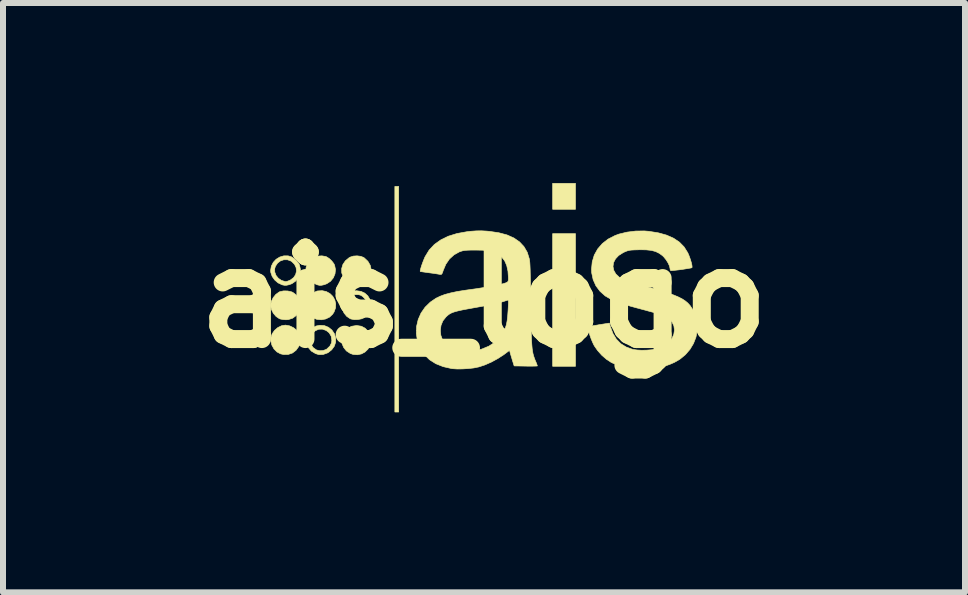
<source format=kicad_pcb>
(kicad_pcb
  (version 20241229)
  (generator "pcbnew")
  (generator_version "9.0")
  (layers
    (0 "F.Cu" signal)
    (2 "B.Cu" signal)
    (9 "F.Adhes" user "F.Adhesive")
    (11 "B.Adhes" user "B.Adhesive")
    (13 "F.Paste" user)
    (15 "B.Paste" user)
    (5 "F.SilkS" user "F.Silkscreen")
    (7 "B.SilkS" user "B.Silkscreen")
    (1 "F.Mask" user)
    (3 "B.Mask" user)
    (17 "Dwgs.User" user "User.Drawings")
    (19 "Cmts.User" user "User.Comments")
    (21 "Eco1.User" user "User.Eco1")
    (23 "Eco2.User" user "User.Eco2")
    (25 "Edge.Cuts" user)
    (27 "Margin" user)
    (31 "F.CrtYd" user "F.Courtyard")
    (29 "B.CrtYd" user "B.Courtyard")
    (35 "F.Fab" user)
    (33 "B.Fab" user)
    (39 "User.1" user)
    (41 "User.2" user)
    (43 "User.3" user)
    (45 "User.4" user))
  (footprint "ais_logo"
    (layer "F.Cu")
    (at 5.015 1.91)
    (property "Reference" "ais_logo" (at 0 0 0) (layer "F.SilkS") (effects (font (size 1.524 1.524) (thickness 0.3))))
    (attr through_hole)
    (fp_poly (pts (xy -1.422 1.905) (xy -1.486 1.905) (xy -1.486 -1.854) (xy -1.422 -1.854) (xy -1.422 1.905)) (stroke (width 0.01) (type solid)) (fill yes) (layer "F.SilkS"))
    (fp_poly (pts (xy 1.524 -1.473) (xy 1.143 -1.473) (xy 1.143 -1.905) (xy 1.524 -1.905) (xy 1.524 -1.473)) (stroke (width 0.01) (type solid)) (fill yes) (layer "F.SilkS"))
    (fp_poly (pts (xy 1.524 1.143) (xy 1.143 1.143) (xy 1.143 -1.067) (xy 1.524 -1.067) (xy 1.524 1.143)) (stroke (width 0.01) (type solid)) (fill yes) (layer "F.SilkS"))
    (fp_poly (pts (xy -2.043 0.476) (xy -1.978 0.511) (xy -1.926 0.567) (xy -1.908 0.597) (xy -1.884 0.668) (xy -1.883 0.738) (xy -1.901 0.802) (xy -1.935 0.859) (xy -1.983 0.905) (xy -2.042 0.937) (xy -2.109 0.951) (xy -2.18 0.946) (xy -2.229 0.929) (xy -2.293 0.887) (xy -2.338 0.831) (xy -2.366 0.765) (xy -2.373 0.695) (xy -2.358 0.624) (xy -2.329 0.568) (xy -2.275 0.511) (xy -2.208 0.477) (xy -2.128 0.464) (xy -2.118 0.464) (xy -2.043 0.476)) (stroke (width 0.01) (type solid)) (fill yes) (layer "F.SilkS"))
    (fp_poly (pts (xy -3.241 0.469) (xy -3.176 0.499) (xy -3.12 0.544) (xy -3.081 0.599) (xy -3.074 0.614) (xy -3.062 0.674) (xy -3.065 0.742) (xy -3.082 0.803) (xy -3.086 0.812) (xy -3.132 0.876) (xy -3.192 0.922) (xy -3.263 0.946) (xy -3.34 0.947) (xy -3.39 0.936) (xy -3.45 0.904) (xy -3.5 0.854) (xy -3.535 0.791) (xy -3.552 0.722) (xy -3.552 0.668) (xy -3.531 0.603) (xy -3.491 0.545) (xy -3.436 0.498) (xy -3.372 0.467) (xy -3.309 0.457) (xy -3.241 0.469)) (stroke (width 0.01) (type solid)) (fill yes) (layer "F.SilkS"))
    (fp_poly (pts (xy -2.628 -0.102) (xy -2.568 -0.069) (xy -2.52 -0.022) (xy -2.487 0.036) (xy -2.471 0.101) (xy -2.474 0.17) (xy -2.499 0.239) (xy -2.523 0.276) (xy -2.574 0.324) (xy -2.639 0.355) (xy -2.71 0.368) (xy -2.783 0.362) (xy -2.835 0.342) (xy -2.894 0.297) (xy -2.935 0.237) (xy -2.957 0.164) (xy -2.957 0.081) (xy -2.954 0.057) (xy -2.933 0.007) (xy -2.894 -0.041) (xy -2.844 -0.082) (xy -2.789 -0.108) (xy -2.775 -0.112) (xy -2.697 -0.117) (xy -2.628 -0.102)) (stroke (width 0.01) (type solid)) (fill yes) (layer "F.SilkS"))
    (fp_poly (pts (xy -2.054 -0.689) (xy -2.005 -0.67) (xy -1.998 -0.665) (xy -1.935 -0.606) (xy -1.896 -0.539) (xy -1.882 -0.478) (xy -1.887 -0.399) (xy -1.914 -0.329) (xy -1.961 -0.271) (xy -2.026 -0.23) (xy -2.064 -0.217) (xy -2.108 -0.207) (xy -2.141 -0.205) (xy -2.177 -0.213) (xy -2.203 -0.222) (xy -2.267 -0.253) (xy -2.314 -0.295) (xy -2.346 -0.343) (xy -2.371 -0.414) (xy -2.372 -0.486) (xy -2.351 -0.555) (xy -2.309 -0.616) (xy -2.248 -0.666) (xy -2.23 -0.676) (xy -2.177 -0.693) (xy -2.115 -0.697) (xy -2.054 -0.689)) (stroke (width 0.01) (type solid)) (fill yes) (layer "F.SilkS"))
    (fp_poly (pts (xy -3.273 -0.112) (xy -3.209 -0.098) (xy -3.187 -0.089) (xy -3.13 -0.046) (xy -3.09 0.011) (xy -3.067 0.079) (xy -3.063 0.152) (xy -3.081 0.223) (xy -3.086 0.236) (xy -3.13 0.298) (xy -3.189 0.342) (xy -3.261 0.365) (xy -3.301 0.368) (xy -3.349 0.364) (xy -3.392 0.356) (xy -3.41 0.35) (xy -3.465 0.313) (xy -3.511 0.259) (xy -3.543 0.195) (xy -3.556 0.13) (xy -3.556 0.124) (xy -3.544 0.062) (xy -3.513 -0.000382) (xy -3.469 -0.055) (xy -3.416 -0.093) (xy -3.4 -0.101) (xy -3.34 -0.113) (xy -3.273 -0.112)) (stroke (width 0.01) (type solid)) (fill yes) (layer "F.SilkS"))
    (fp_poly (pts (xy -2.637 -0.686) (xy -2.625 -0.681) (xy -2.58 -0.653) (xy -2.536 -0.611) (xy -2.502 -0.566) (xy -2.49 -0.542) (xy -2.475 -0.469) (xy -2.483 -0.397) (xy -2.511 -0.331) (xy -2.557 -0.274) (xy -2.619 -0.233) (xy -2.661 -0.217) (xy -2.705 -0.207) (xy -2.738 -0.205) (xy -2.773 -0.213) (xy -2.795 -0.221) (xy -2.866 -0.257) (xy -2.919 -0.308) (xy -2.954 -0.368) (xy -2.97 -0.433) (xy -2.966 -0.5) (xy -2.944 -0.564) (xy -2.901 -0.622) (xy -2.839 -0.669) (xy -2.829 -0.674) (xy -2.769 -0.693) (xy -2.701 -0.697) (xy -2.637 -0.686)) (stroke (width 0.01) (type solid)) (fill yes) (layer "F.SilkS"))
    (fp_poly (pts (xy -2.661 0.465) (xy -2.592 0.493) (xy -2.535 0.539) (xy -2.493 0.601) (xy -2.471 0.671) (xy -2.472 0.741) (xy -2.495 0.809) (xy -2.538 0.868) (xy -2.597 0.915) (xy -2.609 0.921) (xy -2.682 0.947) (xy -2.751 0.949) (xy -2.807 0.932) (xy -2.877 0.89) (xy -2.925 0.834) (xy -2.953 0.764) (xy -2.959 0.704) (xy -2.957 0.686) (xy -2.895 0.686) (xy -2.893 0.714) (xy -2.88 0.78) (xy -2.85 0.829) (xy -2.8 0.866) (xy -2.788 0.872) (xy -2.736 0.884) (xy -2.679 0.88) (xy -2.628 0.861) (xy -2.618 0.854) (xy -2.568 0.806) (xy -2.541 0.752) (xy -2.536 0.708) (xy -2.547 0.641) (xy -2.581 0.585) (xy -2.629 0.547) (xy -2.693 0.524) (xy -2.755 0.526) (xy -2.813 0.552) (xy -2.864 0.599) (xy -2.884 0.626) (xy -2.893 0.652) (xy -2.895 0.686) (xy -2.957 0.686) (xy -2.948 0.625) (xy -2.916 0.558) (xy -2.865 0.506) (xy -2.799 0.472) (xy -2.737 0.46) (xy -2.661 0.465)) (stroke (width 0.01) (type solid)) (fill yes) (layer "F.SilkS"))
    (fp_poly (pts (xy -3.21 -0.681) (xy -3.165 -0.653) (xy -3.12 -0.611) (xy -3.086 -0.566) (xy -3.074 -0.542) (xy -3.059 -0.47) (xy -3.067 -0.398) (xy -3.095 -0.331) (xy -3.141 -0.275) (xy -3.202 -0.233) (xy -3.245 -0.217) (xy -3.289 -0.207) (xy -3.323 -0.206) (xy -3.359 -0.213) (xy -3.368 -0.216) (xy -3.433 -0.247) (xy -3.488 -0.295) (xy -3.53 -0.354) (xy -3.553 -0.42) (xy -3.556 -0.454) (xy -3.551 -0.485) (xy -3.488 -0.485) (xy -3.487 -0.427) (xy -3.466 -0.371) (xy -3.427 -0.323) (xy -3.376 -0.288) (xy -3.315 -0.269) (xy -3.302 -0.268) (xy -3.279 -0.273) (xy -3.245 -0.286) (xy -3.225 -0.295) (xy -3.173 -0.334) (xy -3.139 -0.385) (xy -3.125 -0.442) (xy -3.131 -0.5) (xy -3.157 -0.555) (xy -3.203 -0.601) (xy -3.216 -0.61) (xy -3.275 -0.632) (xy -3.335 -0.632) (xy -3.392 -0.613) (xy -3.44 -0.576) (xy -3.475 -0.524) (xy -3.488 -0.485) (xy -3.551 -0.485) (xy -3.544 -0.525) (xy -3.512 -0.588) (xy -3.464 -0.64) (xy -3.404 -0.677) (xy -3.336 -0.697) (xy -3.265 -0.697) (xy -3.21 -0.681)) (stroke (width 0.01) (type solid)) (fill yes) (layer "F.SilkS"))
    (fp_poly (pts (xy -2.05 -0.105) (xy -1.987 -0.076) (xy -1.937 -0.031) (xy -1.903 0.025) (xy -1.884 0.087) (xy -1.882 0.153) (xy -1.898 0.218) (xy -1.934 0.279) (xy -1.99 0.33) (xy -1.991 0.331) (xy -2.039 0.352) (xy -2.1 0.364) (xy -2.163 0.366) (xy -2.218 0.355) (xy -2.229 0.351) (xy -2.288 0.311) (xy -2.333 0.255) (xy -2.363 0.189) (xy -2.374 0.119) (xy -2.371 0.1) (xy -2.306 0.1) (xy -2.305 0.161) (xy -2.283 0.218) (xy -2.239 0.267) (xy -2.219 0.281) (xy -2.169 0.299) (xy -2.112 0.303) (xy -2.056 0.291) (xy -2.012 0.266) (xy -2.012 0.266) (xy -1.966 0.209) (xy -1.945 0.149) (xy -1.948 0.088) (xy -1.976 0.029) (xy -2.02 -0.018) (xy -2.051 -0.039) (xy -2.085 -0.049) (xy -2.128 -0.051) (xy -2.173 -0.048) (xy -2.205 -0.038) (xy -2.235 -0.016) (xy -2.24 -0.012) (xy -2.284 0.041) (xy -2.306 0.1) (xy -2.371 0.1) (xy -2.363 0.05) (xy -2.358 0.035) (xy -2.317 -0.031) (xy -2.259 -0.079) (xy -2.188 -0.109) (xy -2.125 -0.116) (xy -2.05 -0.105)) (stroke (width 0.01) (type solid)) (fill yes) (layer "F.SilkS"))
    (fp_poly (pts (xy 2.743 -1.106) (xy 2.902 -1.081) (xy 3.04 -1.043) (xy 3.158 -0.991) (xy 3.256 -0.925) (xy 3.334 -0.845) (xy 3.393 -0.751) (xy 3.397 -0.744) (xy 3.419 -0.692) (xy 3.438 -0.638) (xy 3.454 -0.585) (xy 3.464 -0.541) (xy 3.467 -0.51) (xy 3.464 -0.5) (xy 3.448 -0.495) (xy 3.414 -0.489) (xy 3.365 -0.481) (xy 3.309 -0.472) (xy 3.25 -0.464) (xy 3.195 -0.458) (xy 3.149 -0.453) (xy 3.119 -0.451) (xy 3.109 -0.452) (xy 3.101 -0.469) (xy 3.099 -0.487) (xy 3.09 -0.528) (xy 3.067 -0.578) (xy 3.034 -0.631) (xy 2.996 -0.678) (xy 2.975 -0.699) (xy 2.92 -0.739) (xy 2.859 -0.769) (xy 2.787 -0.788) (xy 2.701 -0.797) (xy 2.595 -0.799) (xy 2.573 -0.798) (xy 2.504 -0.796) (xy 2.453 -0.793) (xy 2.415 -0.788) (xy 2.384 -0.779) (xy 2.353 -0.767) (xy 2.319 -0.751) (xy 2.243 -0.703) (xy 2.19 -0.646) (xy 2.158 -0.584) (xy 2.149 -0.519) (xy 2.162 -0.455) (xy 2.196 -0.395) (xy 2.252 -0.342) (xy 2.329 -0.299) (xy 2.346 -0.292) (xy 2.376 -0.282) (xy 2.426 -0.267) (xy 2.491 -0.247) (xy 2.568 -0.225) (xy 2.652 -0.202) (xy 2.691 -0.191) (xy 2.842 -0.148) (xy 2.97 -0.11) (xy 3.077 -0.075) (xy 3.167 -0.042) (xy 3.242 -0.01) (xy 3.303 0.021) (xy 3.353 0.054) (xy 3.394 0.088) (xy 3.429 0.126) (xy 3.434 0.132) (xy 3.497 0.227) (xy 3.537 0.331) (xy 3.555 0.439) (xy 3.553 0.549) (xy 3.531 0.659) (xy 3.49 0.764) (xy 3.431 0.862) (xy 3.354 0.951) (xy 3.261 1.027) (xy 3.172 1.078) (xy 3.108 1.106) (xy 3.035 1.133) (xy 2.967 1.153) (xy 2.959 1.155) (xy 2.869 1.172) (xy 2.764 1.183) (xy 2.653 1.188) (xy 2.549 1.186) (xy 2.477 1.18) (xy 2.362 1.16) (xy 2.251 1.131) (xy 2.152 1.094) (xy 2.115 1.076) (xy 2.039 1.026) (xy 1.963 0.96) (xy 1.894 0.883) (xy 1.838 0.803) (xy 1.826 0.78) (xy 1.805 0.735) (xy 1.783 0.681) (xy 1.763 0.625) (xy 1.747 0.572) (xy 1.735 0.528) (xy 1.73 0.497) (xy 1.732 0.486) (xy 1.747 0.481) (xy 1.782 0.474) (xy 1.832 0.465) (xy 1.894 0.455) (xy 1.914 0.451) (xy 2.089 0.424) (xy 2.105 0.482) (xy 2.148 0.597) (xy 2.205 0.691) (xy 2.278 0.766) (xy 2.368 0.822) (xy 2.474 0.86) (xy 2.491 0.864) (xy 2.552 0.872) (xy 2.627 0.876) (xy 2.71 0.874) (xy 2.791 0.868) (xy 2.864 0.858) (xy 2.922 0.845) (xy 2.931 0.841) (xy 3.014 0.799) (xy 3.081 0.744) (xy 3.131 0.68) (xy 3.162 0.611) (xy 3.173 0.54) (xy 3.163 0.469) (xy 3.131 0.402) (xy 3.111 0.376) (xy 3.086 0.352) (xy 3.052 0.33) (xy 3.007 0.308) (xy 2.948 0.285) (xy 2.872 0.26) (xy 2.776 0.233) (xy 2.67 0.204) (xy 2.543 0.17) (xy 2.437 0.141) (xy 2.349 0.114) (xy 2.275 0.091) (xy 2.213 0.068) (xy 2.157 0.046) (xy 2.125 0.032) (xy 2.019 -0.029) (xy 1.932 -0.107) (xy 1.864 -0.198) (xy 1.818 -0.301) (xy 1.794 -0.413) (xy 1.791 -0.475) (xy 1.803 -0.597) (xy 1.837 -0.71) (xy 1.894 -0.812) (xy 1.971 -0.901) (xy 2.067 -0.976) (xy 2.182 -1.035) (xy 2.249 -1.06) (xy 2.382 -1.092) (xy 2.526 -1.11) (xy 2.671 -1.112) (xy 2.743 -1.106)) (stroke (width 0.01) (type solid)) (fill yes) (layer "F.SilkS"))
    (fp_poly (pts (xy 0.048 -1.109) (xy 0.089 -1.105) (xy 0.246 -1.082) (xy 0.382 -1.046) (xy 0.497 -0.995) (xy 0.591 -0.93) (xy 0.665 -0.851) (xy 0.72 -0.757) (xy 0.754 -0.648) (xy 0.76 -0.612) (xy 0.763 -0.582) (xy 0.766 -0.531) (xy 0.769 -0.459) (xy 0.771 -0.37) (xy 0.774 -0.267) (xy 0.776 -0.153) (xy 0.778 -0.03) (xy 0.78 0.098) (xy 0.78 0.127) (xy 0.782 0.288) (xy 0.784 0.425) (xy 0.786 0.542) (xy 0.789 0.64) (xy 0.792 0.722) (xy 0.797 0.791) (xy 0.802 0.848) (xy 0.809 0.896) (xy 0.817 0.937) (xy 0.827 0.973) (xy 0.839 1.008) (xy 0.852 1.043) (xy 0.856 1.051) (xy 0.873 1.091) (xy 0.884 1.122) (xy 0.889 1.137) (xy 0.877 1.139) (xy 0.844 1.14) (xy 0.794 1.141) (xy 0.732 1.141) (xy 0.695 1.14) (xy 0.502 1.137) (xy 0.474 1.048) (xy 0.459 0.997) (xy 0.445 0.951) (xy 0.436 0.919) (xy 0.425 0.878) (xy 0.33 0.949) (xy 0.232 1.013) (xy 0.124 1.072) (xy 0.013 1.121) (xy -0.091 1.155) (xy -0.094 1.155) (xy -0.171 1.171) (xy -0.261 1.181) (xy -0.357 1.187) (xy -0.448 1.188) (xy -0.525 1.183) (xy -0.54 1.181) (xy -0.681 1.149) (xy -0.804 1.1) (xy -0.908 1.034) (xy -0.992 0.951) (xy -1.058 0.852) (xy -1.068 0.832) (xy -1.11 0.715) (xy -1.128 0.597) (xy -1.126 0.545) (xy -0.728 0.545) (xy -0.72 0.626) (xy -0.692 0.703) (xy -0.644 0.77) (xy -0.625 0.789) (xy -0.548 0.84) (xy -0.454 0.876) (xy -0.349 0.894) (xy -0.234 0.894) (xy -0.114 0.877) (xy -0.036 0.856) (xy 0.082 0.807) (xy 0.184 0.74) (xy 0.268 0.656) (xy 0.332 0.557) (xy 0.334 0.552) (xy 0.356 0.502) (xy 0.373 0.448) (xy 0.385 0.385) (xy 0.394 0.307) (xy 0.401 0.21) (xy 0.402 0.195) (xy 0.405 0.129) (xy 0.407 0.084) (xy 0.406 0.057) (xy 0.402 0.044) (xy 0.396 0.041) (xy 0.386 0.043) (xy 0.324 0.064) (xy 0.241 0.087) (xy 0.144 0.11) (xy 0.039 0.131) (xy -0.038 0.145) (xy -0.166 0.168) (xy -0.271 0.187) (xy -0.356 0.203) (xy -0.424 0.218) (xy -0.479 0.232) (xy -0.522 0.246) (xy -0.556 0.261) (xy -0.584 0.278) (xy -0.608 0.297) (xy -0.632 0.319) (xy -0.634 0.321) (xy -0.686 0.387) (xy -0.717 0.463) (xy -0.728 0.545) (xy -1.126 0.545) (xy -1.124 0.479) (xy -1.097 0.364) (xy -1.05 0.257) (xy -0.982 0.159) (xy -0.895 0.074) (xy -0.8 0.009) (xy -0.731 -0.024) (xy -0.651 -0.054) (xy -0.557 -0.079) (xy -0.445 -0.103) (xy -0.312 -0.124) (xy -0.241 -0.134) (xy -0.123 -0.15) (xy -0.01 -0.168) (xy 0.096 -0.186) (xy 0.19 -0.203) (xy 0.269 -0.22) (xy 0.329 -0.236) (xy 0.363 -0.247) (xy 0.388 -0.259) (xy 0.401 -0.274) (xy 0.406 -0.299) (xy 0.406 -0.334) (xy 0.399 -0.441) (xy 0.378 -0.536) (xy 0.344 -0.614) (xy 0.298 -0.672) (xy 0.296 -0.674) (xy 0.245 -0.716) (xy 0.192 -0.747) (xy 0.134 -0.769) (xy 0.064 -0.783) (xy -0.021 -0.791) (xy -0.125 -0.793) (xy -0.14 -0.793) (xy -0.218 -0.793) (xy -0.275 -0.791) (xy -0.319 -0.788) (xy -0.353 -0.782) (xy -0.383 -0.773) (xy -0.412 -0.763) (xy -0.5 -0.714) (xy -0.576 -0.645) (xy -0.637 -0.556) (xy -0.682 -0.449) (xy -0.686 -0.435) (xy -0.699 -0.402) (xy -0.711 -0.388) (xy -0.729 -0.387) (xy -0.752 -0.391) (xy -0.794 -0.398) (xy -0.848 -0.406) (xy -0.908 -0.414) (xy -0.967 -0.422) (xy -1.016 -0.429) (xy -1.049 -0.434) (xy -1.063 -0.437) (xy -1.063 -0.437) (xy -1.063 -0.452) (xy -1.055 -0.485) (xy -1.042 -0.529) (xy -1.024 -0.58) (xy -1.004 -0.631) (xy -0.985 -0.677) (xy -0.98 -0.686) (xy -0.914 -0.794) (xy -0.828 -0.886) (xy -0.722 -0.962) (xy -0.596 -1.024) (xy -0.451 -1.069) (xy -0.285 -1.099) (xy -0.225 -1.106) (xy -0.128 -1.113) (xy -0.042 -1.114) (xy 0.048 -1.109)) (stroke (width 0.01) (type solid)) (fill yes) (layer "F.SilkS")))
  (gr_rect
    (start -3 -3)
    (end 13.029 6.82)
    (stroke (width 0.1) (type default))
    (fill no)
    (layer "Edge.Cuts")))
</source>
